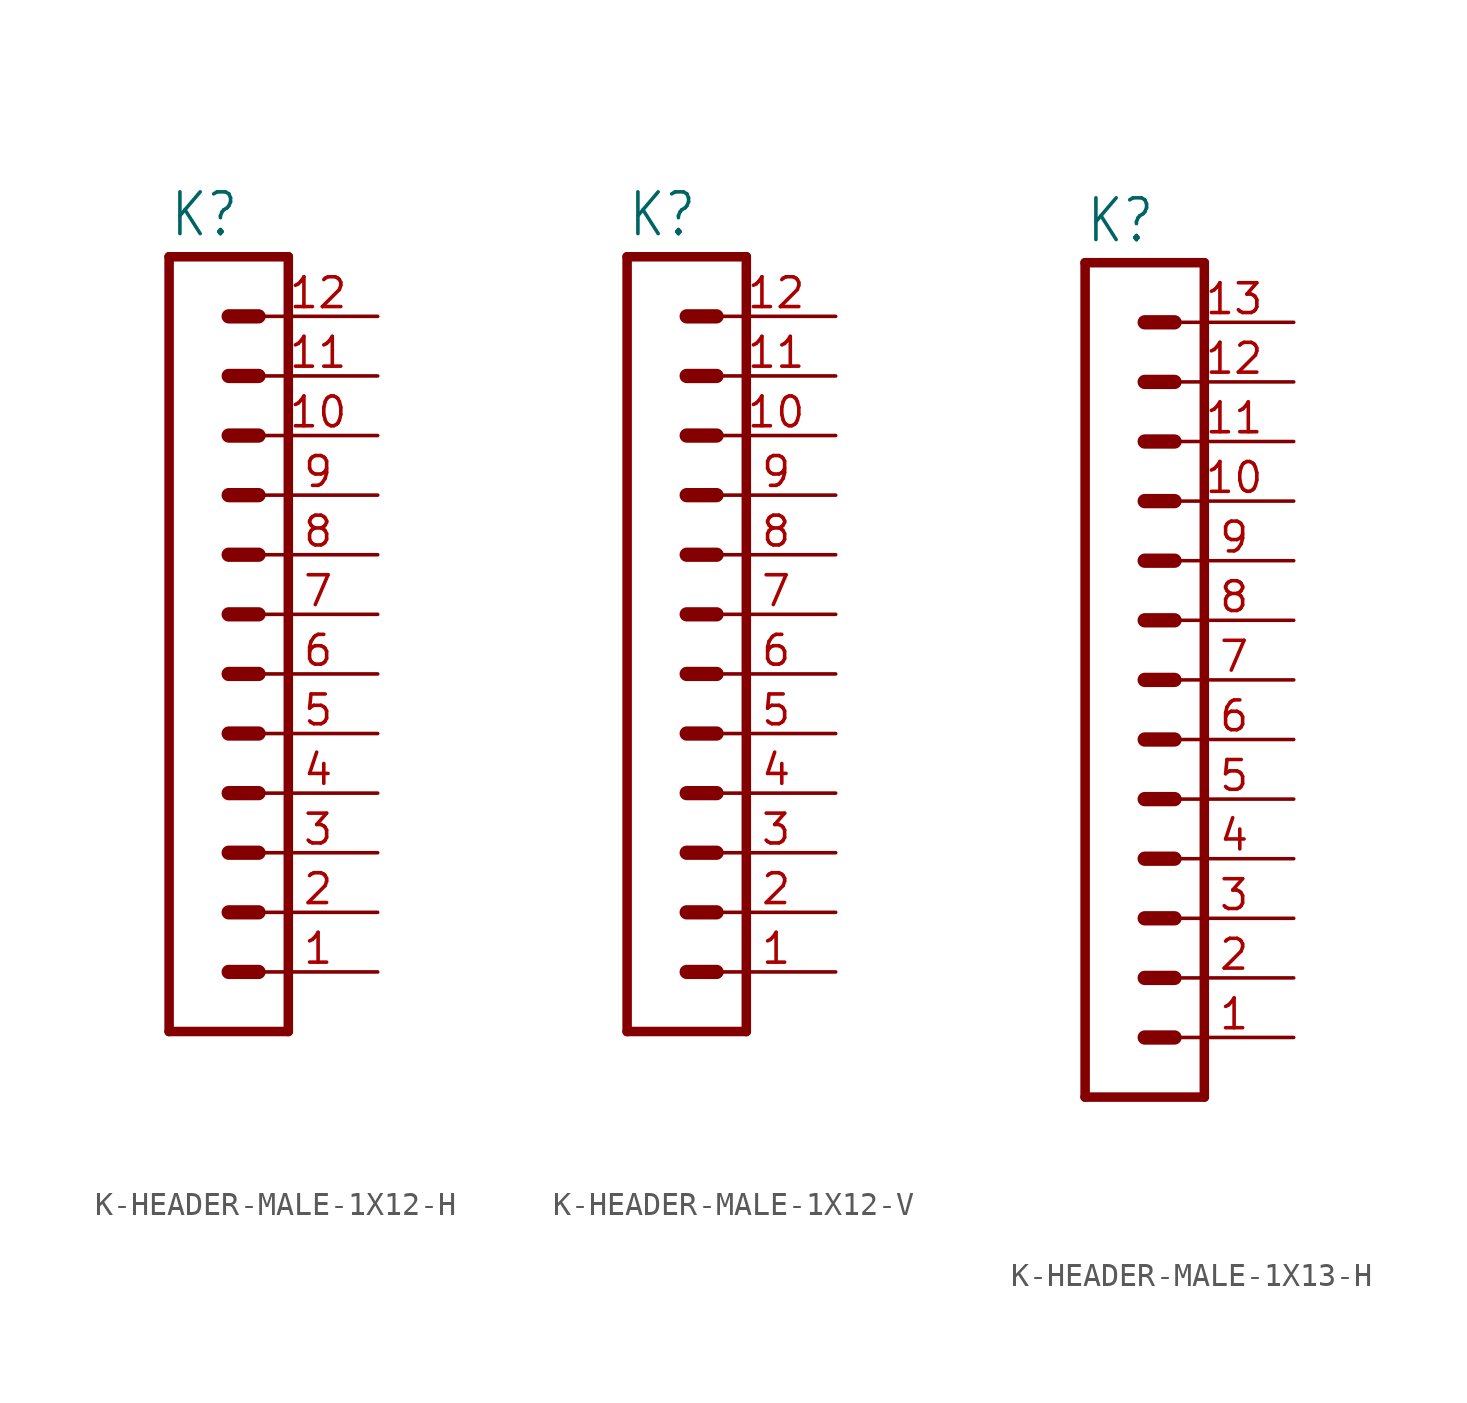
<source format=kicad_sym>
(kicad_symbol_lib
  (version 20231120)
  (generator "kicad_symbol_editor")
  (generator_version "8.0")
  (symbol "K-HEADER-MALE-1X12-H"
    (property "Reference" "K"
      (at -1.27 26.162 0)
      (effects (font (size 1.778 1.511)) (justify left bottom)))
    (property "Value" ""
      (at -1.27 -10.16 0)
      (effects (font (size 1.778 1.511)) (justify left bottom)))
    (property "ki_locked" ""
      (at 0 0 0)
      (effects (font (size 1.27 1.27))))
    (symbol "K-HEADER-MALE-1X12-H_1_0"
      (polyline (pts (xy -1.27 25.4) (xy -1.27 -7.62)) (stroke (width 0.406) (type solid)) (fill (type none)))
      (polyline (pts (xy -1.27 25.4) (xy 3.81 25.4)) (stroke (width 0.406) (type solid)) (fill (type none)))
      (polyline (pts (xy 1.27 -5.08) (xy 2.54 -5.08)) (stroke (width 0.61) (type solid)) (fill (type none)))
      (polyline (pts (xy 1.27 -2.54) (xy 2.54 -2.54)) (stroke (width 0.61) (type solid)) (fill (type none)))
      (polyline (pts (xy 1.27 0) (xy 2.54 0)) (stroke (width 0.61) (type solid)) (fill (type none)))
      (polyline (pts (xy 1.27 2.54) (xy 2.54 2.54)) (stroke (width 0.61) (type solid)) (fill (type none)))
      (polyline (pts (xy 1.27 5.08) (xy 2.54 5.08)) (stroke (width 0.61) (type solid)) (fill (type none)))
      (polyline (pts (xy 1.27 7.62) (xy 2.54 7.62)) (stroke (width 0.61) (type solid)) (fill (type none)))
      (polyline (pts (xy 1.27 10.16) (xy 2.54 10.16)) (stroke (width 0.61) (type solid)) (fill (type none)))
      (polyline (pts (xy 1.27 12.7) (xy 2.54 12.7)) (stroke (width 0.61) (type solid)) (fill (type none)))
      (polyline (pts (xy 1.27 15.24) (xy 2.54 15.24)) (stroke (width 0.61) (type solid)) (fill (type none)))
      (polyline (pts (xy 1.27 17.78) (xy 2.54 17.78)) (stroke (width 0.61) (type solid)) (fill (type none)))
      (polyline (pts (xy 1.27 20.32) (xy 2.54 20.32)) (stroke (width 0.61) (type solid)) (fill (type none)))
      (polyline (pts (xy 1.27 22.86) (xy 2.54 22.86)) (stroke (width 0.61) (type solid)) (fill (type none)))
      (polyline (pts (xy 3.81 -7.62) (xy -1.27 -7.62)) (stroke (width 0.406) (type solid)) (fill (type none)))
      (polyline (pts (xy 3.81 -7.62) (xy 3.81 25.4)) (stroke (width 0.406) (type solid)) (fill (type none)))
      (pin passive line (at 7.62 -5.08 180) (length 5.08) (name "1" (effects (font (size 0 0)))) (number "1" (effects (font (size 1.27 1.27)))))
      (pin passive line (at 7.62 17.78 180) (length 5.08) (name "10" (effects (font (size 0 0)))) (number "10" (effects (font (size 1.27 1.27)))))
      (pin passive line (at 7.62 20.32 180) (length 5.08) (name "11" (effects (font (size 0 0)))) (number "11" (effects (font (size 1.27 1.27)))))
      (pin passive line (at 7.62 22.86 180) (length 5.08) (name "12" (effects (font (size 0 0)))) (number "12" (effects (font (size 1.27 1.27)))))
      (pin passive line (at 7.62 -2.54 180) (length 5.08) (name "2" (effects (font (size 0 0)))) (number "2" (effects (font (size 1.27 1.27)))))
      (pin passive line (at 7.62 0 180) (length 5.08) (name "3" (effects (font (size 0 0)))) (number "3" (effects (font (size 1.27 1.27)))))
      (pin passive line (at 7.62 2.54 180) (length 5.08) (name "4" (effects (font (size 0 0)))) (number "4" (effects (font (size 1.27 1.27)))))
      (pin passive line (at 7.62 5.08 180) (length 5.08) (name "5" (effects (font (size 0 0)))) (number "5" (effects (font (size 1.27 1.27)))))
      (pin passive line (at 7.62 7.62 180) (length 5.08) (name "6" (effects (font (size 0 0)))) (number "6" (effects (font (size 1.27 1.27)))))
      (pin passive line (at 7.62 10.16 180) (length 5.08) (name "7" (effects (font (size 0 0)))) (number "7" (effects (font (size 1.27 1.27)))))
      (pin passive line (at 7.62 12.7 180) (length 5.08) (name "8" (effects (font (size 0 0)))) (number "8" (effects (font (size 1.27 1.27)))))
      (pin passive line (at 7.62 15.24 180) (length 5.08) (name "9" (effects (font (size 0 0)))) (number "9" (effects (font (size 1.27 1.27)))))))
  (symbol "K-HEADER-MALE-1X12-V"
    (property "Reference" "K"
      (at -1.27 26.162 0)
      (effects (font (size 1.778 1.511)) (justify left bottom)))
    (property "Value" ""
      (at -1.27 -10.16 0)
      (effects (font (size 1.778 1.511)) (justify left bottom)))
    (property "ki_locked" ""
      (at 0 0 0)
      (effects (font (size 1.27 1.27))))
    (symbol "K-HEADER-MALE-1X12-V_1_0"
      (polyline (pts (xy -1.27 25.4) (xy -1.27 -7.62)) (stroke (width 0.406) (type solid)) (fill (type none)))
      (polyline (pts (xy -1.27 25.4) (xy 3.81 25.4)) (stroke (width 0.406) (type solid)) (fill (type none)))
      (polyline (pts (xy 1.27 -5.08) (xy 2.54 -5.08)) (stroke (width 0.61) (type solid)) (fill (type none)))
      (polyline (pts (xy 1.27 -2.54) (xy 2.54 -2.54)) (stroke (width 0.61) (type solid)) (fill (type none)))
      (polyline (pts (xy 1.27 0) (xy 2.54 0)) (stroke (width 0.61) (type solid)) (fill (type none)))
      (polyline (pts (xy 1.27 2.54) (xy 2.54 2.54)) (stroke (width 0.61) (type solid)) (fill (type none)))
      (polyline (pts (xy 1.27 5.08) (xy 2.54 5.08)) (stroke (width 0.61) (type solid)) (fill (type none)))
      (polyline (pts (xy 1.27 7.62) (xy 2.54 7.62)) (stroke (width 0.61) (type solid)) (fill (type none)))
      (polyline (pts (xy 1.27 10.16) (xy 2.54 10.16)) (stroke (width 0.61) (type solid)) (fill (type none)))
      (polyline (pts (xy 1.27 12.7) (xy 2.54 12.7)) (stroke (width 0.61) (type solid)) (fill (type none)))
      (polyline (pts (xy 1.27 15.24) (xy 2.54 15.24)) (stroke (width 0.61) (type solid)) (fill (type none)))
      (polyline (pts (xy 1.27 17.78) (xy 2.54 17.78)) (stroke (width 0.61) (type solid)) (fill (type none)))
      (polyline (pts (xy 1.27 20.32) (xy 2.54 20.32)) (stroke (width 0.61) (type solid)) (fill (type none)))
      (polyline (pts (xy 1.27 22.86) (xy 2.54 22.86)) (stroke (width 0.61) (type solid)) (fill (type none)))
      (polyline (pts (xy 3.81 -7.62) (xy -1.27 -7.62)) (stroke (width 0.406) (type solid)) (fill (type none)))
      (polyline (pts (xy 3.81 -7.62) (xy 3.81 25.4)) (stroke (width 0.406) (type solid)) (fill (type none)))
      (pin passive line (at 7.62 -5.08 180) (length 5.08) (name "1" (effects (font (size 0 0)))) (number "1" (effects (font (size 1.27 1.27)))))
      (pin passive line (at 7.62 17.78 180) (length 5.08) (name "10" (effects (font (size 0 0)))) (number "10" (effects (font (size 1.27 1.27)))))
      (pin passive line (at 7.62 20.32 180) (length 5.08) (name "11" (effects (font (size 0 0)))) (number "11" (effects (font (size 1.27 1.27)))))
      (pin passive line (at 7.62 22.86 180) (length 5.08) (name "12" (effects (font (size 0 0)))) (number "12" (effects (font (size 1.27 1.27)))))
      (pin passive line (at 7.62 -2.54 180) (length 5.08) (name "2" (effects (font (size 0 0)))) (number "2" (effects (font (size 1.27 1.27)))))
      (pin passive line (at 7.62 0 180) (length 5.08) (name "3" (effects (font (size 0 0)))) (number "3" (effects (font (size 1.27 1.27)))))
      (pin passive line (at 7.62 2.54 180) (length 5.08) (name "4" (effects (font (size 0 0)))) (number "4" (effects (font (size 1.27 1.27)))))
      (pin passive line (at 7.62 5.08 180) (length 5.08) (name "5" (effects (font (size 0 0)))) (number "5" (effects (font (size 1.27 1.27)))))
      (pin passive line (at 7.62 7.62 180) (length 5.08) (name "6" (effects (font (size 0 0)))) (number "6" (effects (font (size 1.27 1.27)))))
      (pin passive line (at 7.62 10.16 180) (length 5.08) (name "7" (effects (font (size 0 0)))) (number "7" (effects (font (size 1.27 1.27)))))
      (pin passive line (at 7.62 12.7 180) (length 5.08) (name "8" (effects (font (size 0 0)))) (number "8" (effects (font (size 1.27 1.27)))))
      (pin passive line (at 7.62 15.24 180) (length 5.08) (name "9" (effects (font (size 0 0)))) (number "9" (effects (font (size 1.27 1.27)))))))
  (symbol "K-HEADER-MALE-1X13-H"
    (property "Reference" "K"
      (at -1.27 28.702 0)
      (effects (font (size 1.778 1.511)) (justify left bottom)))
    (property "Value" ""
      (at -1.27 -10.16 0)
      (effects (font (size 1.778 1.511)) (justify left bottom)))
    (property "ki_locked" ""
      (at 0 0 0)
      (effects (font (size 1.27 1.27))))
    (symbol "K-HEADER-MALE-1X13-H_1_0"
      (polyline (pts (xy -1.27 27.94) (xy -1.27 -7.62)) (stroke (width 0.406) (type solid)) (fill (type none)))
      (polyline (pts (xy -1.27 27.94) (xy 3.81 27.94)) (stroke (width 0.406) (type solid)) (fill (type none)))
      (polyline (pts (xy 1.27 -5.08) (xy 2.54 -5.08)) (stroke (width 0.61) (type solid)) (fill (type none)))
      (polyline (pts (xy 1.27 -2.54) (xy 2.54 -2.54)) (stroke (width 0.61) (type solid)) (fill (type none)))
      (polyline (pts (xy 1.27 0) (xy 2.54 0)) (stroke (width 0.61) (type solid)) (fill (type none)))
      (polyline (pts (xy 1.27 2.54) (xy 2.54 2.54)) (stroke (width 0.61) (type solid)) (fill (type none)))
      (polyline (pts (xy 1.27 5.08) (xy 2.54 5.08)) (stroke (width 0.61) (type solid)) (fill (type none)))
      (polyline (pts (xy 1.27 7.62) (xy 2.54 7.62)) (stroke (width 0.61) (type solid)) (fill (type none)))
      (polyline (pts (xy 1.27 10.16) (xy 2.54 10.16)) (stroke (width 0.61) (type solid)) (fill (type none)))
      (polyline (pts (xy 1.27 12.7) (xy 2.54 12.7)) (stroke (width 0.61) (type solid)) (fill (type none)))
      (polyline (pts (xy 1.27 15.24) (xy 2.54 15.24)) (stroke (width 0.61) (type solid)) (fill (type none)))
      (polyline (pts (xy 1.27 17.78) (xy 2.54 17.78)) (stroke (width 0.61) (type solid)) (fill (type none)))
      (polyline (pts (xy 1.27 20.32) (xy 2.54 20.32)) (stroke (width 0.61) (type solid)) (fill (type none)))
      (polyline (pts (xy 1.27 22.86) (xy 2.54 22.86)) (stroke (width 0.61) (type solid)) (fill (type none)))
      (polyline (pts (xy 1.27 25.4) (xy 2.54 25.4)) (stroke (width 0.61) (type solid)) (fill (type none)))
      (polyline (pts (xy 3.81 -7.62) (xy -1.27 -7.62)) (stroke (width 0.406) (type solid)) (fill (type none)))
      (polyline (pts (xy 3.81 -7.62) (xy 3.81 27.94)) (stroke (width 0.406) (type solid)) (fill (type none)))
      (pin passive line (at 7.62 -5.08 180) (length 5.08) (name "1" (effects (font (size 0 0)))) (number "1" (effects (font (size 1.27 1.27)))))
      (pin passive line (at 7.62 17.78 180) (length 5.08) (name "10" (effects (font (size 0 0)))) (number "10" (effects (font (size 1.27 1.27)))))
      (pin passive line (at 7.62 20.32 180) (length 5.08) (name "11" (effects (font (size 0 0)))) (number "11" (effects (font (size 1.27 1.27)))))
      (pin passive line (at 7.62 22.86 180) (length 5.08) (name "12" (effects (font (size 0 0)))) (number "12" (effects (font (size 1.27 1.27)))))
      (pin passive line (at 7.62 25.4 180) (length 5.08) (name "13" (effects (font (size 0 0)))) (number "13" (effects (font (size 1.27 1.27)))))
      (pin passive line (at 7.62 -2.54 180) (length 5.08) (name "2" (effects (font (size 0 0)))) (number "2" (effects (font (size 1.27 1.27)))))
      (pin passive line (at 7.62 0 180) (length 5.08) (name "3" (effects (font (size 0 0)))) (number "3" (effects (font (size 1.27 1.27)))))
      (pin passive line (at 7.62 2.54 180) (length 5.08) (name "4" (effects (font (size 0 0)))) (number "4" (effects (font (size 1.27 1.27)))))
      (pin passive line (at 7.62 5.08 180) (length 5.08) (name "5" (effects (font (size 0 0)))) (number "5" (effects (font (size 1.27 1.27)))))
      (pin passive line (at 7.62 7.62 180) (length 5.08) (name "6" (effects (font (size 0 0)))) (number "6" (effects (font (size 1.27 1.27)))))
      (pin passive line (at 7.62 10.16 180) (length 5.08) (name "7" (effects (font (size 0 0)))) (number "7" (effects (font (size 1.27 1.27)))))
      (pin passive line (at 7.62 12.7 180) (length 5.08) (name "8" (effects (font (size 0 0)))) (number "8" (effects (font (size 1.27 1.27)))))
      (pin passive line (at 7.62 15.24 180) (length 5.08) (name "9" (effects (font (size 0 0)))) (number "9" (effects (font (size 1.27 1.27))))))))
</source>
